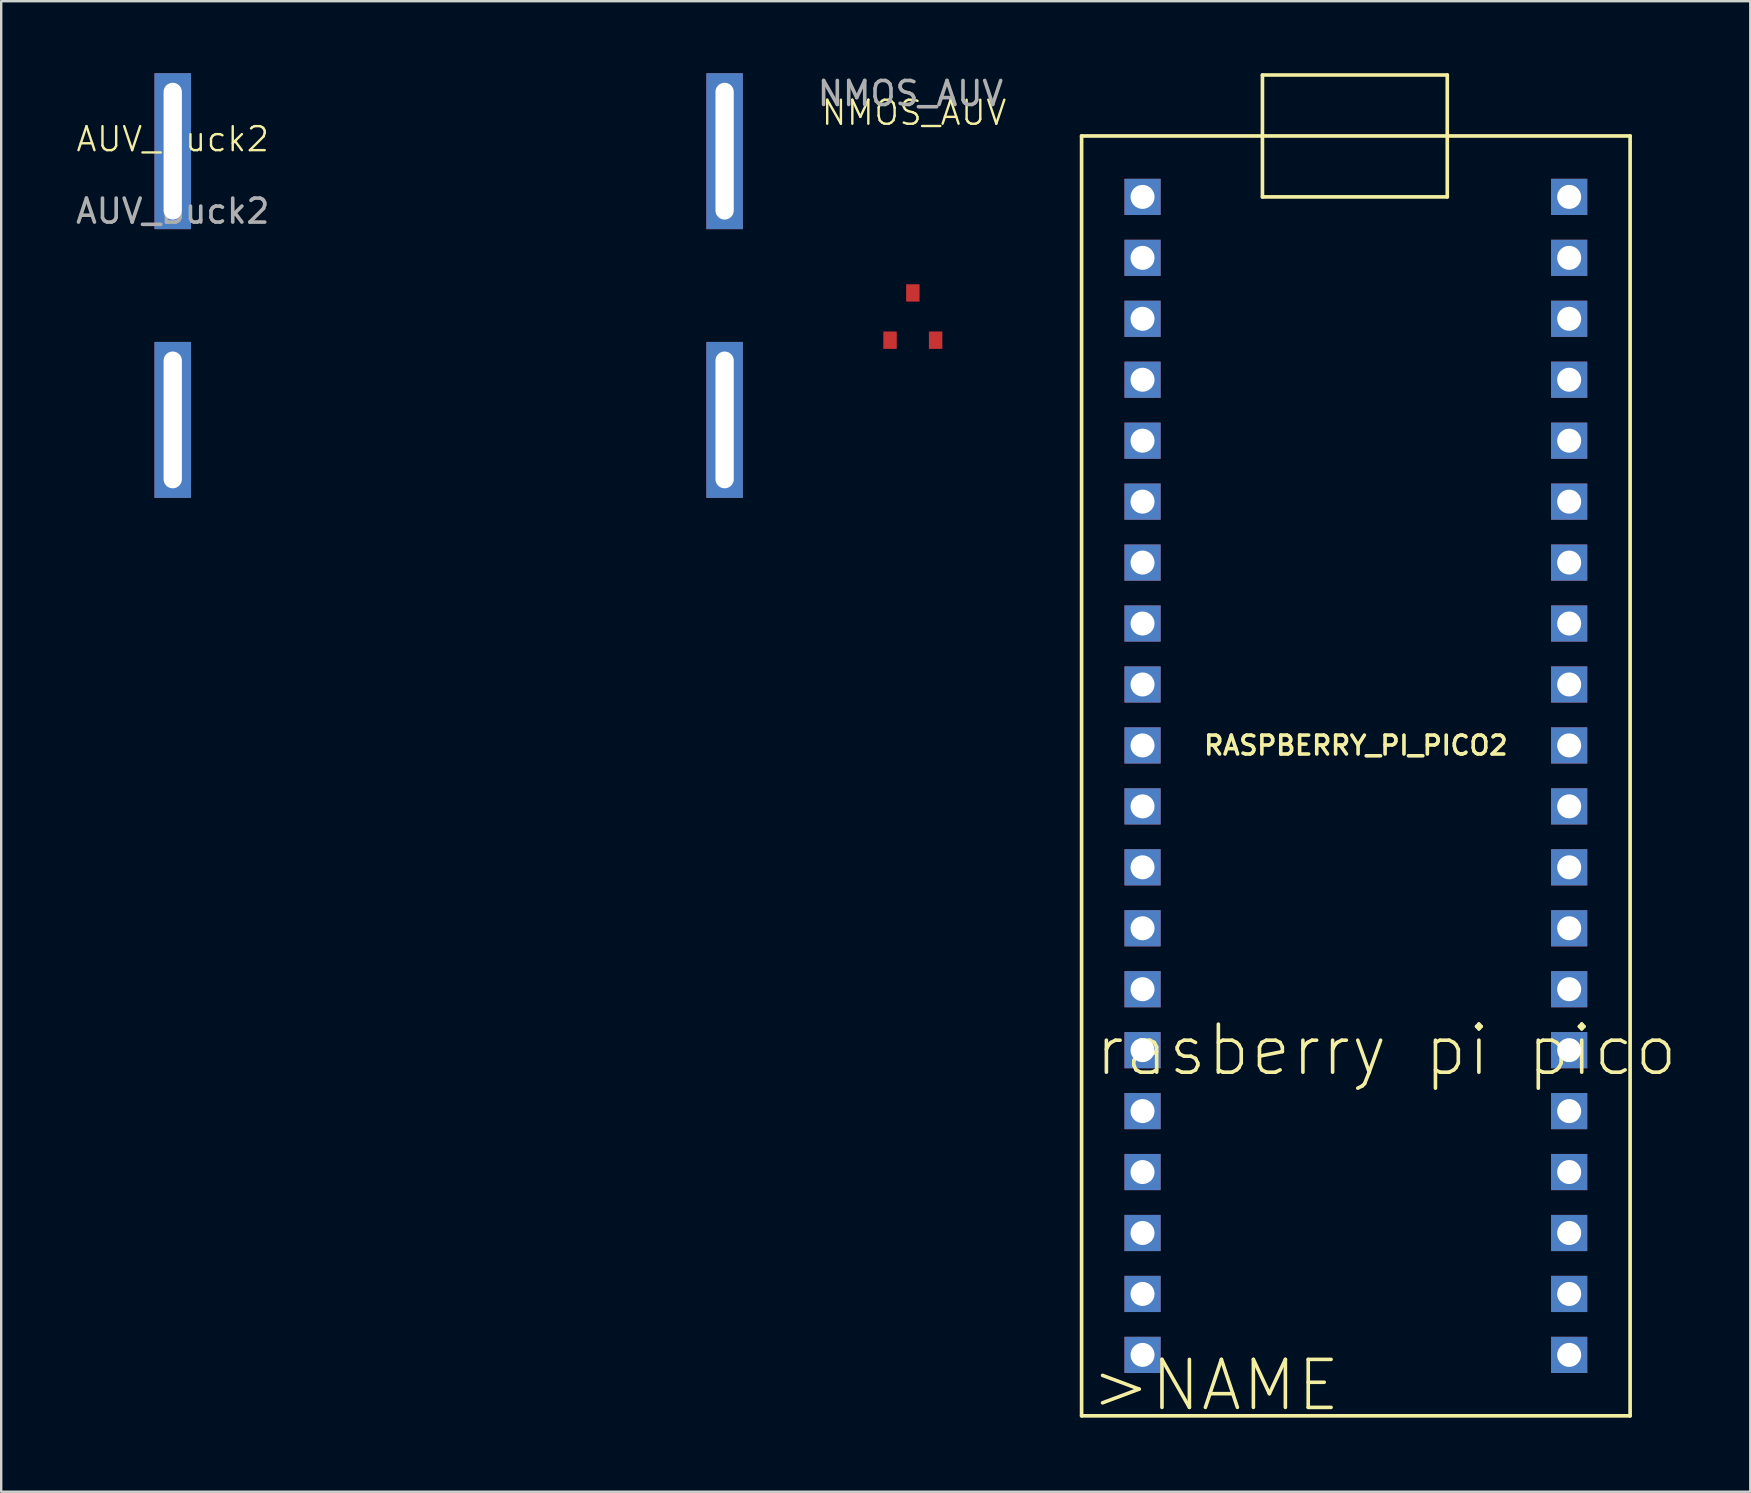
<source format=kicad_pcb>
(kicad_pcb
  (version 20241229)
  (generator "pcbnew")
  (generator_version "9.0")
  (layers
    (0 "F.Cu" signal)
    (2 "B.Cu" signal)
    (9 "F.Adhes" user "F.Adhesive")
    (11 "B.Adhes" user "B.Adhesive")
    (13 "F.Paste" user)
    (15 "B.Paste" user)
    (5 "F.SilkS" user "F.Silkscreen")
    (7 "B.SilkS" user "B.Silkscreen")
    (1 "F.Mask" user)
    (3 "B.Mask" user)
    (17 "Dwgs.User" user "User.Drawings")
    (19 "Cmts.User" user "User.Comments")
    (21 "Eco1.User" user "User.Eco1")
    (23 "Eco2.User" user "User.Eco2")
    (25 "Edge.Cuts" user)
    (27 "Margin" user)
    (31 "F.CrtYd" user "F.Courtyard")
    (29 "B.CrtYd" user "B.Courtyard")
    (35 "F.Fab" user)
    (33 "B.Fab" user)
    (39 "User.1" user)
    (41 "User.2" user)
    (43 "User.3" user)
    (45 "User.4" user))
  (footprint "AUV_Buck2"
    (layer "F.Cu")
    (at 4.149 3.25)
    (property "Reference" "AUV_Buck2" (at 0 -0.5 0) (unlocked yes) (layer "F.SilkS") (effects (font (size 1 1) (thickness 0.1))))
    (attr through_hole)
    (fp_text user "${REFERENCE}" (at 0 2.5 0) (unlocked yes) (layer "F.Fab") (effects (font (size 1 1) (thickness 0.15))))
    (pad "GND1" thru_hole rect (at 0 11.2) (size 1.524 6.5) (drill oval 0.762 5.7) (layers "*.Cu" "*.Mask"))
    (pad "GND2" thru_hole rect (at 23 11.2) (size 1.524 6.5) (drill oval 0.762 5.7) (layers "*.Cu" "*.Mask"))
    (pad "Vin" thru_hole rect (at 0 0) (size 1.524 6.5) (drill oval 0.762 5.7) (layers "*.Cu" "*.Mask"))
    (pad "Vout" thru_hole rect (at 23 0) (size 1.524 6.5) (drill oval 0.762 5.7) (layers "*.Cu" "*.Mask")))
  (footprint "NMOS_AUV"
    (layer "F.Cu")
    (at 34.993 9.158)
    (property "Reference" "NMOS_AUV" (at 0.05 -7.51 0) (unlocked yes) (layer "F.SilkS") (effects (font (size 1 1) (thickness 0.1))))
    (attr smd)
    (fp_text user "${REFERENCE}" (at -0.1 -8.31 0) (unlocked yes) (layer "F.Fab") (effects (font (size 1 1) (thickness 0.15))))
    (pad "1" smd rect (at 0 0) (size 0.559 0.724) (layers "F.Cu" "F.Mask" "F.Paste"))
    (pad "2" smd rect (at -0.95 1.969) (size 0.559 0.724) (layers "F.Cu" "F.Mask" "F.Paste"))
    (pad "3" smd rect (at 0.95 1.969) (size 0.559 0.724) (layers "F.Cu" "F.Mask" "F.Paste")))
  (footprint "RASPBERRY_PI_PICO2"
    (layer "F.Cu")
    (at 53.456 28.016)
    (property "Reference" "RASPBERRY_PI_PICO2" (at 0 0 0) (layer "F.SilkS") (effects (font (size 0.787 0.787) (thickness 0.15))))
    (attr through_hole)
    (fp_line (start -11.43 -25.4) (end -11.43 27.94) (stroke (width 0.152) (type solid)) (layer "F.SilkS"))
    (fp_line (start -11.43 27.94) (end 11.43 27.94) (stroke (width 0.152) (type solid)) (layer "F.SilkS"))
    (fp_line (start -3.893 -27.94) (end -3.893 -22.86) (stroke (width 0.152) (type solid)) (layer "F.SilkS"))
    (fp_line (start -3.893 -22.86) (end 3.81 -22.86) (stroke (width 0.152) (type solid)) (layer "F.SilkS"))
    (fp_line (start 3.81 -27.94) (end -3.893 -27.94) (stroke (width 0.152) (type solid)) (layer "F.SilkS"))
    (fp_line (start 3.81 -22.86) (end 3.81 -27.94) (stroke (width 0.152) (type solid)) (layer "F.SilkS"))
    (fp_line (start 11.43 -25.4) (end -11.43 -25.4) (stroke (width 0.152) (type solid)) (layer "F.SilkS"))
    (fp_line (start 11.43 27.94) (end 11.43 -25.4) (stroke (width 0.152) (type solid)) (layer "F.SilkS"))
    (fp_text user ">NAME " (at -5.08 26.67 0) (layer "F.SilkS") (effects (font (size 2 2) (thickness 0.15))))
    (fp_text user "rasberry pi pico" (at 1.27 12.7 0) (layer "F.SilkS") (effects (font (size 2 2) (thickness 0.15))))
    (pad "3V3" thru_hole rect (at 8.89 -12.7) (size 1.508 1.508) (drill 1) (layers "*.Cu" "*.Mask"))
    (pad "3V3_EN" thru_hole rect (at 8.89 -15.24) (size 1.508 1.508) (drill 1) (layers "*.Cu" "*.Mask"))
    (pad "ADC_VREF" thru_hole rect (at 8.89 -10.16) (size 1.508 1.508) (drill 1) (layers "*.Cu" "*.Mask"))
    (pad "AGND" thru_hole rect (at 8.89 -5.08) (size 1.508 1.508) (drill 1) (layers "*.Cu" "*.Mask"))
    (pad "GND" thru_hole rect (at 8.89 -17.78) (size 1.508 1.508) (drill 1) (layers "*.Cu" "*.Mask"))
    (pad "GND2" thru_hole rect (at 8.89 7.62) (size 1.508 1.508) (drill 1) (layers "*.Cu" "*.Mask"))
    (pad "GND3" thru_hole rect (at 8.89 20.32) (size 1.508 1.508) (drill 1) (layers "*.Cu" "*.Mask"))
    (pad "GND4" thru_hole rect (at -8.89 -17.78) (size 1.508 1.508) (drill 1) (layers "*.Cu" "*.Mask"))
    (pad "GND5" thru_hole rect (at -8.89 -5.08) (size 1.508 1.508) (drill 1) (layers "*.Cu" "*.Mask"))
    (pad "GND6" thru_hole rect (at -8.89 7.62) (size 1.508 1.508) (drill 1) (layers "*.Cu" "*.Mask"))
    (pad "GND7" thru_hole rect (at -8.89 20.32) (size 1.508 1.508) (drill 1) (layers "*.Cu" "*.Mask"))
    (pad "GP3" thru_hole rect (at -8.89 -12.7) (size 1.508 1.508) (drill 1) (layers "*.Cu" "*.Mask"))
    (pad "GP4" thru_hole rect (at -8.89 -10.16) (size 1.508 1.508) (drill 1) (layers "*.Cu" "*.Mask"))
    (pad "GP5" thru_hole rect (at -8.89 -7.62) (size 1.508 1.508) (drill 1) (layers "*.Cu" "*.Mask"))
    (pad "GP6" thru_hole rect (at -8.89 -2.54) (size 1.508 1.508) (drill 1) (layers "*.Cu" "*.Mask"))
    (pad "GP7" thru_hole rect (at -8.89 0) (size 1.508 1.508) (drill 1) (layers "*.Cu" "*.Mask"))
    (pad "GP8" thru_hole rect (at -8.89 2.54) (size 1.508 1.508) (drill 1) (layers "*.Cu" "*.Mask"))
    (pad "GP9" thru_hole rect (at -8.89 5.08) (size 1.508 1.508) (drill 1) (layers "*.Cu" "*.Mask"))
    (pad "GP10" thru_hole rect (at -8.89 10.16) (size 1.508 1.508) (drill 1) (layers "*.Cu" "*.Mask"))
    (pad "GP11" thru_hole rect (at -8.89 12.7) (size 1.508 1.508) (drill 1) (layers "*.Cu" "*.Mask"))
    (pad "GP12" thru_hole rect (at -8.89 15.24) (size 1.508 1.508) (drill 1) (layers "*.Cu" "*.Mask"))
    (pad "GP13" thru_hole rect (at -8.89 17.78) (size 1.508 1.508) (drill 1) (layers "*.Cu" "*.Mask"))
    (pad "GP14" thru_hole rect (at -8.89 22.86) (size 1.508 1.508) (drill 1) (layers "*.Cu" "*.Mask"))
    (pad "GP15" thru_hole rect (at -8.89 25.4) (size 1.508 1.508) (drill 1) (layers "*.Cu" "*.Mask"))
    (pad "GP16" thru_hole rect (at 8.89 25.4) (size 1.508 1.508) (drill 1) (layers "*.Cu" "*.Mask"))
    (pad "GP17" thru_hole rect (at 8.89 22.86) (size 1.508 1.508) (drill 1) (layers "*.Cu" "*.Mask"))
    (pad "GP18" thru_hole rect (at 8.89 17.78) (size 1.508 1.508) (drill 1) (layers "*.Cu" "*.Mask"))
    (pad "GP19" thru_hole rect (at 8.89 15.24) (size 1.508 1.508) (drill 1) (layers "*.Cu" "*.Mask"))
    (pad "GP20" thru_hole rect (at 8.89 12.7) (size 1.508 1.508) (drill 1) (layers "*.Cu" "*.Mask"))
    (pad "GP21" thru_hole rect (at 8.89 10.16) (size 1.508 1.508) (drill 1) (layers "*.Cu" "*.Mask"))
    (pad "GP22" thru_hole rect (at 8.89 5.08) (size 1.508 1.508) (drill 1) (layers "*.Cu" "*.Mask"))
    (pad "GP26_A0" thru_hole rect (at 8.89 0) (size 1.508 1.508) (drill 1) (layers "*.Cu" "*.Mask"))
    (pad "GP27_A1" thru_hole rect (at 8.89 -2.54) (size 1.508 1.508) (drill 1) (layers "*.Cu" "*.Mask"))
    (pad "GP28_A2" thru_hole rect (at 8.89 -7.62) (size 1.508 1.508) (drill 1) (layers "*.Cu" "*.Mask"))
    (pad "GPIO0" thru_hole rect (at -8.89 -22.86) (size 1.508 1.508) (drill 1) (layers "*.Cu" "*.Mask"))
    (pad "GPIO1" thru_hole rect (at -8.89 -20.32) (size 1.508 1.508) (drill 1) (layers "*.Cu" "*.Mask"))
    (pad "GPIO2" thru_hole rect (at -8.89 -15.24) (size 1.508 1.508) (drill 1) (layers "*.Cu" "*.Mask"))
    (pad "RUN" thru_hole rect (at 8.89 2.54) (size 1.508 1.508) (drill 1) (layers "*.Cu" "*.Mask"))
    (pad "VBUS" thru_hole rect (at 8.89 -22.86) (size 1.508 1.508) (drill 1) (layers "*.Cu" "*.Mask"))
    (pad "VSYS" thru_hole rect (at 8.89 -20.32) (size 1.508 1.508) (drill 1) (layers "*.Cu" "*.Mask")))
  (gr_rect
    (start -3 -3)
    (end 69.894 59.119)
    (stroke (width 0.1) (type default))
    (fill no)
    (layer "Edge.Cuts")))
</source>
